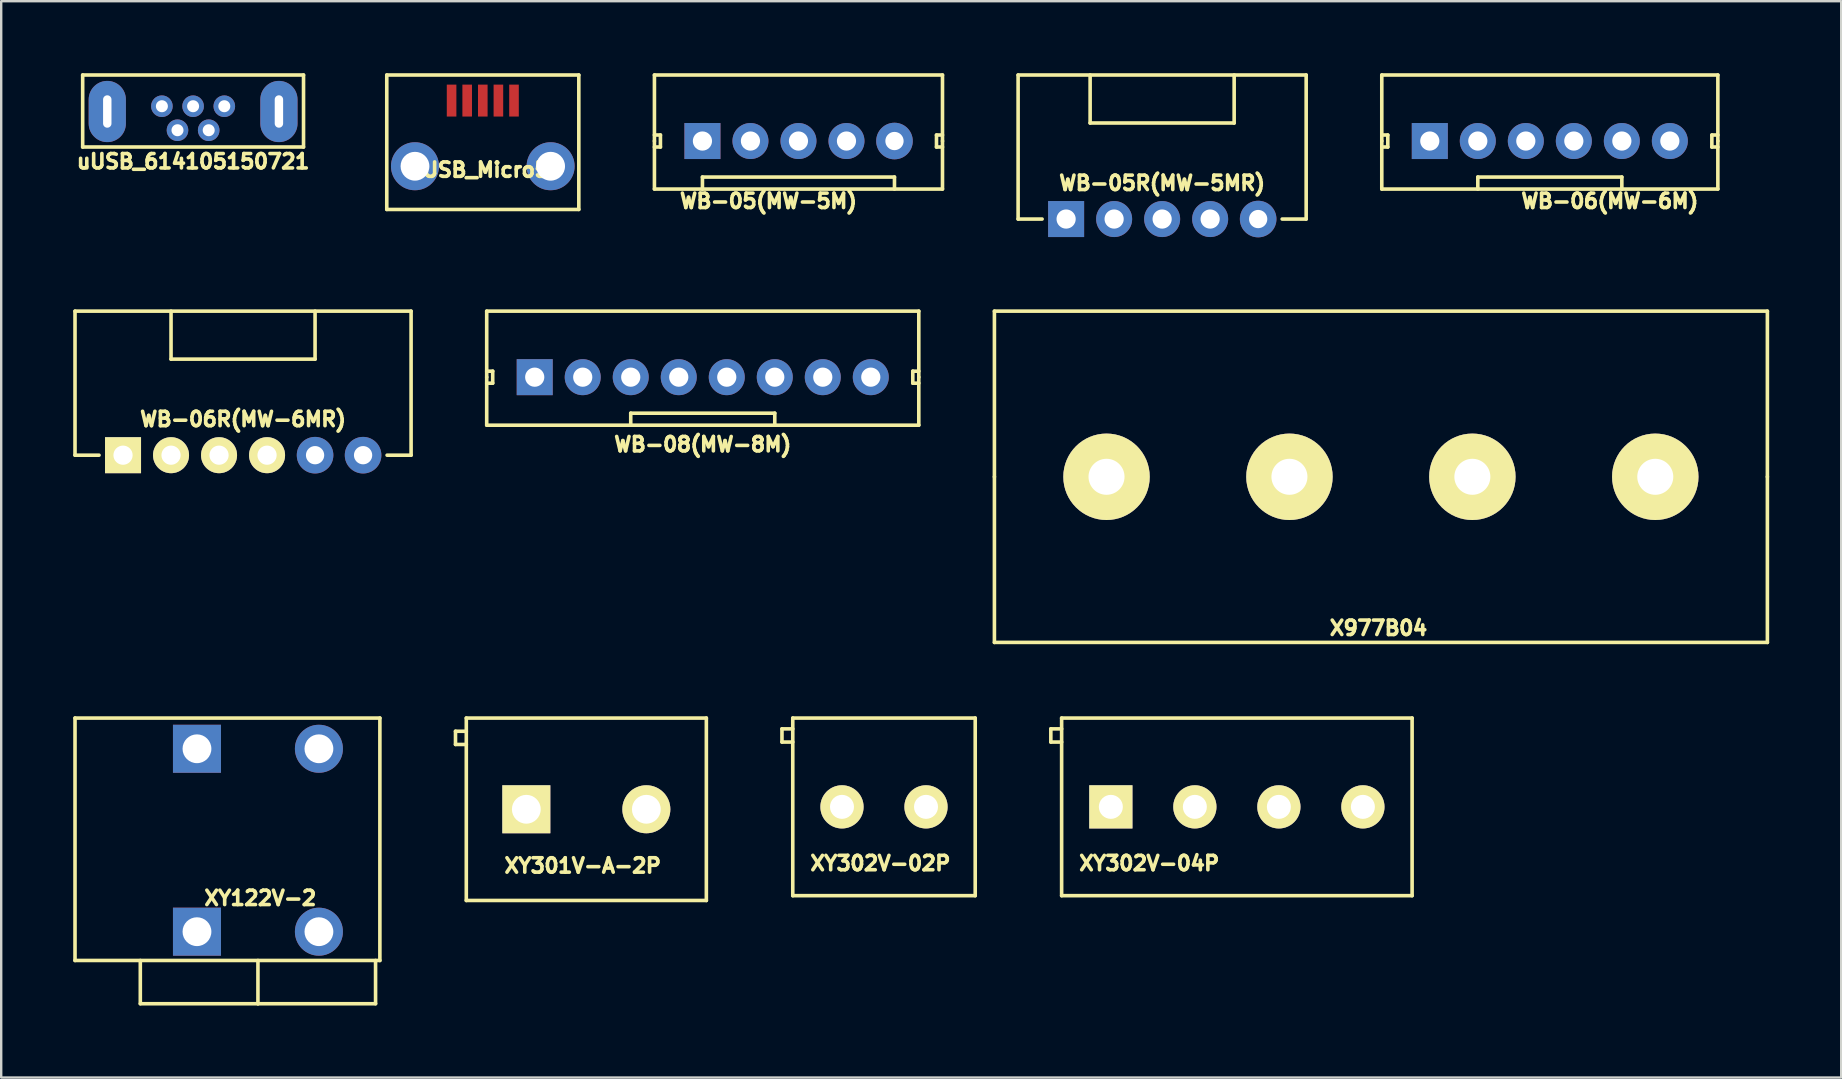
<source format=kicad_pcb>
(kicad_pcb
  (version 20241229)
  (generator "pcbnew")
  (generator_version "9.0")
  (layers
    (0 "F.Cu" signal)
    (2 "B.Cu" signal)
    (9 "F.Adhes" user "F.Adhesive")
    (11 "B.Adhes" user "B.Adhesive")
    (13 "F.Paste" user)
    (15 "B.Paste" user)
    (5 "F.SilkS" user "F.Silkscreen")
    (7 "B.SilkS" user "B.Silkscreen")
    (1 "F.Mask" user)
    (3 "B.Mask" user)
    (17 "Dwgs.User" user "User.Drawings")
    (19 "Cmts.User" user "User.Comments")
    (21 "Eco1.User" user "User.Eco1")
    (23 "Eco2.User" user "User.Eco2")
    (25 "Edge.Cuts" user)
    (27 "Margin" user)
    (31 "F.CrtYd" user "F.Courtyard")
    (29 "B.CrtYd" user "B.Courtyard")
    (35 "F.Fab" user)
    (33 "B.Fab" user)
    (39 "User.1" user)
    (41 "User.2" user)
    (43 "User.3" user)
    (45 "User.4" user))
  (footprint "XY301V-A-2P"
    (layer "F.Cu")
    (at 21.375 30.662)
    (property "Reference" "XY301V-A-2P" (at -0.15 2.35 0) (layer "F.SilkS") (effects (font (size 0.6 0.6) (thickness 0.15))))
    (attr through_hole)
    (fp_line (start -5.45 -3.25) (end -5.45 -2.7) (stroke (width 0.15) (type solid)) (layer "F.SilkS"))
    (fp_line (start -5.45 -2.7) (end -5 -2.7) (stroke (width 0.15) (type solid)) (layer "F.SilkS"))
    (fp_line (start -5 -3.8) (end 5 -3.8) (stroke (width 0.15) (type solid)) (layer "F.SilkS"))
    (fp_line (start -5 -3.25) (end -5.45 -3.25) (stroke (width 0.15) (type solid)) (layer "F.SilkS"))
    (fp_line (start -5 3.8) (end -5 -3.8) (stroke (width 0.15) (type solid)) (layer "F.SilkS"))
    (fp_line (start 5 -3.8) (end 5 3.8) (stroke (width 0.15) (type solid)) (layer "F.SilkS"))
    (fp_line (start 5 3.8) (end -5 3.8) (stroke (width 0.15) (type solid)) (layer "F.SilkS"))
    (pad "1" thru_hole rect (at -2.5 0) (size 2 2) (drill 1.2) (layers "*.Cu" "*.Mask" "F.SilkS"))
    (pad "2" thru_hole circle (at 2.5 0) (size 2 2) (drill 1.2) (layers "*.Cu" "*.Mask" "F.SilkS")))
  (footprint "WB-05(MW-5M)"
    (layer "F.Cu")
    (at 30.212 2.825)
    (property "Reference" "WB-05(MW-5M)" (at -1.25 2.5 0) (layer "F.SilkS") (effects (font (size 0.6 0.6) (thickness 0.15))))
    (attr through_hole)
    (fp_line (start -6 -2.75) (end -6 0) (stroke (width 0.15) (type solid)) (layer "F.SilkS"))
    (fp_line (start -6 -2.75) (end 6 -2.75) (stroke (width 0.15) (type solid)) (layer "F.SilkS"))
    (fp_line (start -6 -0.25) (end -5.75 -0.25) (stroke (width 0.15) (type solid)) (layer "F.SilkS"))
    (fp_line (start -6 0) (end -6 2) (stroke (width 0.15) (type solid)) (layer "F.SilkS"))
    (fp_line (start -6 2) (end 6 2) (stroke (width 0.15) (type solid)) (layer "F.SilkS"))
    (fp_line (start -5.75 -0.25) (end -5.75 0.25) (stroke (width 0.15) (type solid)) (layer "F.SilkS"))
    (fp_line (start -5.75 0.25) (end -6 0.25) (stroke (width 0.15) (type solid)) (layer "F.SilkS"))
    (fp_line (start -4 1.5) (end 4 1.5) (stroke (width 0.15) (type solid)) (layer "F.SilkS"))
    (fp_line (start -4 2) (end -4 1.5) (stroke (width 0.15) (type solid)) (layer "F.SilkS"))
    (fp_line (start 4 1.5) (end 4 2) (stroke (width 0.15) (type solid)) (layer "F.SilkS"))
    (fp_line (start 5.75 -0.25) (end 5.75 0.25) (stroke (width 0.15) (type solid)) (layer "F.SilkS"))
    (fp_line (start 5.75 0.25) (end 6 0.25) (stroke (width 0.15) (type solid)) (layer "F.SilkS"))
    (fp_line (start 6 -0.25) (end 5.75 -0.25) (stroke (width 0.15) (type solid)) (layer "F.SilkS"))
    (fp_line (start 6 0) (end 6 -2.75) (stroke (width 0.15) (type solid)) (layer "F.SilkS"))
    (fp_line (start 6 2) (end 6 0) (stroke (width 0.15) (type solid)) (layer "F.SilkS"))
    (pad "1" thru_hole rect (at -4 0) (size 1.5 1.5) (drill 0.8) (layers "*.Cu" "*.Mask"))
    (pad "2" thru_hole circle (at -2 0) (size 1.5 1.5) (drill 0.8) (layers "*.Cu" "*.Mask"))
    (pad "3" thru_hole circle (at 0 0) (size 1.5 1.5) (drill 0.8) (layers "*.Cu" "*.Mask"))
    (pad "4" thru_hole circle (at 2 0) (size 1.5 1.5) (drill 0.8) (layers "*.Cu" "*.Mask"))
    (pad "5" thru_hole circle (at 4 0) (size 1.524 1.524) (drill 0.762) (layers "*.Cu" "*.Mask")))
  (footprint "XY122V-2"
    (layer "F.Cu")
    (at 7.695 35.762)
    (property "Reference" "XY122V-2" (at 0.1 -1.4 0) (layer "F.SilkS") (effects (font (size 0.6 0.6) (thickness 0.15))))
    (attr through_hole)
    (fp_line (start -7.62 -8.9) (end 5.08 -8.9) (stroke (width 0.15) (type solid)) (layer "F.SilkS"))
    (fp_line (start -7.62 1.2) (end -7.62 -8.9) (stroke (width 0.15) (type solid)) (layer "F.SilkS"))
    (fp_line (start -4.9 3) (end -4.9 1.2) (stroke (width 0.15) (type solid)) (layer "F.SilkS"))
    (fp_line (start -4.9 3) (end 0 3) (stroke (width 0.15) (type solid)) (layer "F.SilkS"))
    (fp_line (start 0 1.2) (end 0 3) (stroke (width 0.15) (type solid)) (layer "F.SilkS"))
    (fp_line (start 0 3) (end 4.9 3) (stroke (width 0.15) (type solid)) (layer "F.SilkS"))
    (fp_line (start 4.9 3) (end 4.9 1.2) (stroke (width 0.15) (type solid)) (layer "F.SilkS"))
    (fp_line (start 5.08 -8.9) (end 5.08 1.2) (stroke (width 0.15) (type solid)) (layer "F.SilkS"))
    (fp_line (start 5.08 1.2) (end -7.62 1.2) (stroke (width 0.15) (type solid)) (layer "F.SilkS"))
    (pad "1" thru_hole rect (at -2.54 -7.62) (size 2 2) (drill 1.2) (layers "*.Cu" "*.Mask"))
    (pad "1" thru_hole rect (at -2.54 0) (size 2 2) (drill 1.2) (layers "*.Cu" "*.Mask"))
    (pad "2" thru_hole circle (at 2.54 -7.62) (size 2 2) (drill 1.2) (layers "*.Cu" "*.Mask"))
    (pad "2" thru_hole circle (at 2.54 0) (size 2 2) (drill 1.2) (layers "*.Cu" "*.Mask")))
  (footprint "uUSB_Micro5P"
    (layer "F.Cu")
    (at 17.062 3.875)
    (property "Reference" "uUSB_Micro5P" (at 0.15 0.15 0) (layer "F.SilkS") (effects (font (size 0.6 0.6) (thickness 0.15))))
    (attr through_hole)
    (fp_line (start -4 -3.8) (end 4 -3.8) (stroke (width 0.15) (type solid)) (layer "F.SilkS"))
    (fp_line (start -4 1.8) (end -4 -3.8) (stroke (width 0.15) (type solid)) (layer "F.SilkS"))
    (fp_line (start -4 1.8) (end 4 1.8) (stroke (width 0.15) (type solid)) (layer "F.SilkS"))
    (fp_line (start 4 -3.8) (end 4 1.8) (stroke (width 0.15) (type solid)) (layer "F.SilkS"))
    (pad "1" smd rect (at -1.3 -2.735) (size 0.4 1.33) (layers "F.Cu" "F.Mask" "F.Paste"))
    (pad "2" smd rect (at -0.65 -2.735) (size 0.4 1.33) (layers "F.Cu" "F.Mask" "F.Paste"))
    (pad "3" smd rect (at 0 -2.735) (size 0.4 1.33) (layers "F.Cu" "F.Mask" "F.Paste"))
    (pad "4" smd rect (at 0.65 -2.735) (size 0.4 1.33) (layers "F.Cu" "F.Mask" "F.Paste"))
    (pad "5" smd rect (at 1.3 -2.735) (size 0.4 1.33) (layers "F.Cu" "F.Mask" "F.Paste"))
    (pad "H1" thru_hole circle (at -2.825 0) (size 2 2) (drill 1.2) (layers "*.Cu" "*.Mask"))
    (pad "H2" thru_hole circle (at 2.825 0) (size 2 2) (drill 1.2) (layers "*.Cu" "*.Mask")))
  (footprint "uUSB_614105150721"
    (layer "F.Cu")
    (at 4.994 1.875)
    (property "Reference" "uUSB_614105150721" (at 0 1.8 0) (layer "F.SilkS") (effects (font (size 0.6 0.6) (thickness 0.15))))
    (attr through_hole)
    (fp_line (start -4.6 -1.8) (end 4.6 -1.8) (stroke (width 0.15) (type solid)) (layer "F.SilkS"))
    (fp_line (start -4.6 1.2) (end -4.6 -1.8) (stroke (width 0.15) (type solid)) (layer "F.SilkS"))
    (fp_line (start 4.6 -1.8) (end 4.6 1.2) (stroke (width 0.15) (type solid)) (layer "F.SilkS"))
    (fp_line (start 4.6 1.2) (end -4.6 1.2) (stroke (width 0.15) (type solid)) (layer "F.SilkS"))
    (pad "1" thru_hole circle (at -1.3 -0.5) (size 0.9 0.9) (drill 0.5) (layers "*.Cu" "*.Mask"))
    (pad "2" thru_hole circle (at -0.65 0.5) (size 0.9 0.9) (drill 0.5) (layers "*.Cu" "*.Mask"))
    (pad "3" thru_hole circle (at 0 -0.5) (size 0.9 0.9) (drill 0.5) (layers "*.Cu" "*.Mask"))
    (pad "4" thru_hole circle (at 0.65 0.5) (size 0.9 0.9) (drill 0.5) (layers "*.Cu" "*.Mask"))
    (pad "5" thru_hole circle (at 1.3 -0.5) (size 0.9 0.9) (drill 0.5) (layers "*.Cu" "*.Mask"))
    (pad "H1" thru_hole oval (at -3.575 -0.28) (size 1.55 2.55) (drill oval 0.35 1.35) (layers "*.Cu" "*.Mask"))
    (pad "H2" thru_hole oval (at 3.575 -0.28) (size 1.55 2.55) (drill oval 0.35 1.35) (layers "*.Cu" "*.Mask")))
  (footprint "XY302V-02P"
    (layer "F.Cu")
    (at 33.775 30.562)
    (property "Reference" "XY302V-02P" (at -0.15 2.35 0) (layer "F.SilkS") (effects (font (size 0.6 0.6) (thickness 0.15))))
    (attr through_hole)
    (fp_line (start -4.25 -3.25) (end -4.25 -2.7) (stroke (width 0.15) (type solid)) (layer "F.SilkS"))
    (fp_line (start -4.25 -2.7) (end -3.8 -2.7) (stroke (width 0.15) (type solid)) (layer "F.SilkS"))
    (fp_line (start -3.8 -3.7) (end 3.8 -3.7) (stroke (width 0.15) (type solid)) (layer "F.SilkS"))
    (fp_line (start -3.8 -3.25) (end -4.25 -3.25) (stroke (width 0.15) (type solid)) (layer "F.SilkS"))
    (fp_line (start -3.8 3.7) (end -3.8 -3.7) (stroke (width 0.15) (type solid)) (layer "F.SilkS"))
    (fp_line (start 3.8 -3.7) (end 3.8 3.7) (stroke (width 0.15) (type solid)) (layer "F.SilkS"))
    (fp_line (start 3.8 3.7) (end -3.8 3.7) (stroke (width 0.15) (type solid)) (layer "F.SilkS"))
    (pad "1" thru_hole circle (at -1.75 0) (size 1.8 1.8) (drill 1) (layers "*.Cu" "*.Mask" "F.SilkS"))
    (pad "2" thru_hole circle (at 1.75 0) (size 1.8 1.8) (drill 1) (layers "*.Cu" "*.Mask" "F.SilkS")))
  (footprint "X977B04"
    (layer "F.Cu")
    (at 54.475 16.812)
    (property "Reference" "X977B04" (at -0.1 6.3 0) (layer "F.SilkS") (effects (font (size 0.6 0.6) (thickness 0.15))))
    (attr through_hole)
    (fp_line (start -16.1 -6.9) (end 16.1 -6.9) (stroke (width 0.15) (type solid)) (layer "F.SilkS"))
    (fp_line (start -16.1 0) (end -16.1 -6.9) (stroke (width 0.15) (type solid)) (layer "F.SilkS"))
    (fp_line (start -16.1 6.9) (end -16.1 0) (stroke (width 0.15) (type solid)) (layer "F.SilkS"))
    (fp_line (start 16.1 -6.9) (end 16.1 0) (stroke (width 0.15) (type solid)) (layer "F.SilkS"))
    (fp_line (start 16.1 0) (end 16.1 6.9) (stroke (width 0.15) (type solid)) (layer "F.SilkS"))
    (fp_line (start 16.1 6.9) (end -16.1 6.9) (stroke (width 0.15) (type solid)) (layer "F.SilkS"))
    (pad "1" thru_hole circle (at -11.43 0) (size 3.6 3.6) (drill 1.5) (layers "*.Cu" "*.Mask" "F.SilkS"))
    (pad "2" thru_hole circle (at -3.81 0) (size 3.6 3.6) (drill 1.5) (layers "*.Cu" "*.Mask" "F.SilkS"))
    (pad "3" thru_hole circle (at 3.81 0) (size 3.6 3.6) (drill 1.5) (layers "*.Cu" "*.Mask" "F.SilkS"))
    (pad "4" thru_hole circle (at 11.43 0) (size 3.6 3.6) (drill 1.5) (layers "*.Cu" "*.Mask" "F.SilkS")))
  (footprint "WB-06R(MW-6MR)"
    (layer "F.Cu")
    (at 7.075 15.912)
    (property "Reference" "WB-06R(MW-6MR)" (at 0 -1.5 0) (layer "F.SilkS") (effects (font (size 0.6 0.6) (thickness 0.15))))
    (attr through_hole)
    (fp_line (start -7 -6) (end 7 -6) (stroke (width 0.15) (type solid)) (layer "F.SilkS"))
    (fp_line (start -7 0) (end -7 -6) (stroke (width 0.15) (type solid)) (layer "F.SilkS"))
    (fp_line (start -7 0) (end -6 0) (stroke (width 0.15) (type solid)) (layer "F.SilkS"))
    (fp_line (start -3 -6) (end -3 -4) (stroke (width 0.15) (type solid)) (layer "F.SilkS"))
    (fp_line (start -3 -4) (end 3 -4) (stroke (width 0.15) (type solid)) (layer "F.SilkS"))
    (fp_line (start 3 -4) (end 3 -6) (stroke (width 0.15) (type solid)) (layer "F.SilkS"))
    (fp_line (start 7 -6) (end 7 0) (stroke (width 0.15) (type solid)) (layer "F.SilkS"))
    (fp_line (start 7 0) (end 6 0) (stroke (width 0.15) (type solid)) (layer "F.SilkS"))
    (pad "1" thru_hole rect (at -5 0) (size 1.5 1.5) (drill 0.8) (layers "*.Cu" "*.Mask" "F.SilkS"))
    (pad "2" thru_hole circle (at -3 0) (size 1.5 1.5) (drill 0.8) (layers "*.Cu" "*.Mask" "F.SilkS"))
    (pad "3" thru_hole circle (at -1 0) (size 1.5 1.5) (drill 0.8) (layers "*.Cu" "*.Mask" "F.SilkS"))
    (pad "4" thru_hole circle (at 1 0) (size 1.5 1.5) (drill 0.8) (layers "*.Cu" "*.Mask" "F.SilkS"))
    (pad "5" thru_hole circle (at 3 0) (size 1.524 1.524) (drill 0.762) (layers "*.Cu" "*.Mask"))
    (pad "6" thru_hole circle (at 5 0) (size 1.524 1.524) (drill 0.762) (layers "*.Cu" "*.Mask")))
  (footprint "XY302V-04P"
    (layer "F.Cu")
    (at 48.475 30.562)
    (property "Reference" "XY302V-04P" (at -3.65 2.35 0) (layer "F.SilkS") (effects (font (size 0.6 0.6) (thickness 0.15))))
    (attr through_hole)
    (fp_line (start -7.75 -3.25) (end -7.75 -2.7) (stroke (width 0.15) (type solid)) (layer "F.SilkS"))
    (fp_line (start -7.75 -2.7) (end -7.3 -2.7) (stroke (width 0.15) (type solid)) (layer "F.SilkS"))
    (fp_line (start -7.3 -3.7) (end 7.3 -3.7) (stroke (width 0.15) (type solid)) (layer "F.SilkS"))
    (fp_line (start -7.3 -3.25) (end -7.75 -3.25) (stroke (width 0.15) (type solid)) (layer "F.SilkS"))
    (fp_line (start -7.3 3.7) (end -7.3 -3.7) (stroke (width 0.15) (type solid)) (layer "F.SilkS"))
    (fp_line (start 7.3 -3.7) (end 7.3 3.7) (stroke (width 0.15) (type solid)) (layer "F.SilkS"))
    (fp_line (start 7.3 3.7) (end -7.3 3.7) (stroke (width 0.15) (type solid)) (layer "F.SilkS"))
    (pad "1" thru_hole rect (at -5.25 0) (size 1.8 1.8) (drill 1) (layers "*.Cu" "*.Mask" "F.SilkS"))
    (pad "2" thru_hole circle (at -1.75 0) (size 1.8 1.8) (drill 1) (layers "*.Cu" "*.Mask" "F.SilkS"))
    (pad "3" thru_hole circle (at 1.75 0) (size 1.8 1.8) (drill 1) (layers "*.Cu" "*.Mask" "F.SilkS"))
    (pad "4" thru_hole circle (at 5.25 0) (size 1.8 1.8) (drill 1) (layers "*.Cu" "*.Mask" "F.SilkS")))
  (footprint "WB-06(MW-6M)"
    (layer "F.Cu")
    (at 61.512 2.825)
    (property "Reference" "WB-06(MW-6M)" (at 2.5 2.5 0) (layer "F.SilkS") (effects (font (size 0.6 0.6) (thickness 0.15))))
    (attr through_hole)
    (fp_line (start -7 -2.75) (end -7 0) (stroke (width 0.15) (type solid)) (layer "F.SilkS"))
    (fp_line (start -7 -2.75) (end 7 -2.75) (stroke (width 0.15) (type solid)) (layer "F.SilkS"))
    (fp_line (start -7 -0.25) (end -6.75 -0.25) (stroke (width 0.15) (type solid)) (layer "F.SilkS"))
    (fp_line (start -7 0) (end -7 2) (stroke (width 0.15) (type solid)) (layer "F.SilkS"))
    (fp_line (start -7 2) (end 7 2) (stroke (width 0.15) (type solid)) (layer "F.SilkS"))
    (fp_line (start -6.75 -0.25) (end -6.75 0.25) (stroke (width 0.15) (type solid)) (layer "F.SilkS"))
    (fp_line (start -6.75 0.25) (end -7 0.25) (stroke (width 0.15) (type solid)) (layer "F.SilkS"))
    (fp_line (start -3 1.5) (end 3 1.5) (stroke (width 0.15) (type solid)) (layer "F.SilkS"))
    (fp_line (start -3 2) (end -3 1.5) (stroke (width 0.15) (type solid)) (layer "F.SilkS"))
    (fp_line (start 3 1.5) (end 3 2) (stroke (width 0.15) (type solid)) (layer "F.SilkS"))
    (fp_line (start 6.75 -0.25) (end 6.75 0.25) (stroke (width 0.15) (type solid)) (layer "F.SilkS"))
    (fp_line (start 6.75 0.25) (end 7 0.25) (stroke (width 0.15) (type solid)) (layer "F.SilkS"))
    (fp_line (start 7 -0.25) (end 6.75 -0.25) (stroke (width 0.15) (type solid)) (layer "F.SilkS"))
    (fp_line (start 7 0) (end 7 -2.75) (stroke (width 0.15) (type solid)) (layer "F.SilkS"))
    (fp_line (start 7 2) (end 7 0) (stroke (width 0.15) (type solid)) (layer "F.SilkS"))
    (pad "1" thru_hole rect (at -5 0) (size 1.5 1.5) (drill 0.8) (layers "*.Cu" "*.Mask"))
    (pad "2" thru_hole circle (at -3 0) (size 1.5 1.5) (drill 0.8) (layers "*.Cu" "*.Mask"))
    (pad "3" thru_hole circle (at -1 0) (size 1.5 1.5) (drill 0.8) (layers "*.Cu" "*.Mask"))
    (pad "4" thru_hole circle (at 1 0) (size 1.5 1.5) (drill 0.8) (layers "*.Cu" "*.Mask"))
    (pad "5" thru_hole circle (at 3 0) (size 1.5 1.5) (drill 0.8) (layers "*.Cu" "*.Mask"))
    (pad "6" thru_hole circle (at 5 0) (size 1.5 1.5) (drill 0.8) (layers "*.Cu" "*.Mask")))
  (footprint "WB-08(MW-8M)"
    (layer "F.Cu")
    (at 26.225 12.662)
    (property "Reference" "WB-08(MW-8M)" (at 0 2.8 0) (layer "F.SilkS") (effects (font (size 0.6 0.6) (thickness 0.15))))
    (attr through_hole)
    (fp_line (start -9 -2.75) (end -9 0) (stroke (width 0.15) (type solid)) (layer "F.SilkS"))
    (fp_line (start -9 -2.75) (end 9 -2.75) (stroke (width 0.15) (type solid)) (layer "F.SilkS"))
    (fp_line (start -9 -0.25) (end -8.75 -0.25) (stroke (width 0.15) (type solid)) (layer "F.SilkS"))
    (fp_line (start -9 0) (end -9 2) (stroke (width 0.15) (type solid)) (layer "F.SilkS"))
    (fp_line (start -9 2) (end 9 2) (stroke (width 0.15) (type solid)) (layer "F.SilkS"))
    (fp_line (start -8.75 -0.25) (end -8.75 0.25) (stroke (width 0.15) (type solid)) (layer "F.SilkS"))
    (fp_line (start -8.75 0.25) (end -9 0.25) (stroke (width 0.15) (type solid)) (layer "F.SilkS"))
    (fp_line (start -3 1.5) (end 3 1.5) (stroke (width 0.15) (type solid)) (layer "F.SilkS"))
    (fp_line (start -3 2) (end -3 1.5) (stroke (width 0.15) (type solid)) (layer "F.SilkS"))
    (fp_line (start 3 1.5) (end 3 2) (stroke (width 0.15) (type solid)) (layer "F.SilkS"))
    (fp_line (start 8.75 -0.25) (end 8.75 0.25) (stroke (width 0.15) (type solid)) (layer "F.SilkS"))
    (fp_line (start 8.75 0.25) (end 9 0.25) (stroke (width 0.15) (type solid)) (layer "F.SilkS"))
    (fp_line (start 9 -0.25) (end 8.75 -0.25) (stroke (width 0.15) (type solid)) (layer "F.SilkS"))
    (fp_line (start 9 0) (end 9 -2.75) (stroke (width 0.15) (type solid)) (layer "F.SilkS"))
    (fp_line (start 9 2) (end 9 0) (stroke (width 0.15) (type solid)) (layer "F.SilkS"))
    (pad "1" thru_hole rect (at -7 0) (size 1.5 1.5) (drill 0.8) (layers "*.Cu" "*.Mask"))
    (pad "2" thru_hole circle (at -5 0) (size 1.5 1.5) (drill 0.8) (layers "*.Cu" "*.Mask"))
    (pad "3" thru_hole circle (at -3 0) (size 1.5 1.5) (drill 0.8) (layers "*.Cu" "*.Mask"))
    (pad "4" thru_hole circle (at -1 0) (size 1.5 1.5) (drill 0.8) (layers "*.Cu" "*.Mask"))
    (pad "5" thru_hole circle (at 1 0) (size 1.5 1.5) (drill 0.8) (layers "*.Cu" "*.Mask"))
    (pad "6" thru_hole circle (at 3 0) (size 1.5 1.5) (drill 0.8) (layers "*.Cu" "*.Mask"))
    (pad "7" thru_hole circle (at 5 0) (size 1.5 1.5) (drill 0.8) (layers "*.Cu" "*.Mask"))
    (pad "8" thru_hole circle (at 7 0) (size 1.5 1.5) (drill 0.8) (layers "*.Cu" "*.Mask")))
  (footprint "WB-05R(MW-5MR)"
    (layer "F.Cu")
    (at 45.362 6.075)
    (property "Reference" "WB-05R(MW-5MR)" (at 0 -1.5 0) (layer "F.SilkS") (effects (font (size 0.6 0.6) (thickness 0.15))))
    (attr through_hole)
    (fp_line (start -6 -6) (end 6 -6) (stroke (width 0.15) (type solid)) (layer "F.SilkS"))
    (fp_line (start -6 0) (end -6 -6) (stroke (width 0.15) (type solid)) (layer "F.SilkS"))
    (fp_line (start -6 0) (end -5 0) (stroke (width 0.15) (type solid)) (layer "F.SilkS"))
    (fp_line (start -3 -6) (end -3 -4) (stroke (width 0.15) (type solid)) (layer "F.SilkS"))
    (fp_line (start -3 -4) (end 3 -4) (stroke (width 0.15) (type solid)) (layer "F.SilkS"))
    (fp_line (start 3 -4) (end 3 -6) (stroke (width 0.15) (type solid)) (layer "F.SilkS"))
    (fp_line (start 6 -6) (end 6 0) (stroke (width 0.15) (type solid)) (layer "F.SilkS"))
    (fp_line (start 6 0) (end 5 0) (stroke (width 0.15) (type solid)) (layer "F.SilkS"))
    (pad "1" thru_hole rect (at -4 0) (size 1.5 1.5) (drill 0.8) (layers "*.Cu" "*.Mask"))
    (pad "2" thru_hole circle (at -2 0) (size 1.5 1.5) (drill 0.8) (layers "*.Cu" "*.Mask"))
    (pad "3" thru_hole circle (at 0 0) (size 1.5 1.5) (drill 0.8) (layers "*.Cu" "*.Mask"))
    (pad "4" thru_hole circle (at 2 0) (size 1.5 1.5) (drill 0.8) (layers "*.Cu" "*.Mask"))
    (pad "5" thru_hole circle (at 4 0) (size 1.524 1.524) (drill 0.762) (layers "*.Cu" "*.Mask")))
  (gr_rect
    (start -3 -3)
    (end 73.65 41.837)
    (stroke (width 0.1) (type default))
    (fill no)
    (layer "Edge.Cuts")))
</source>
